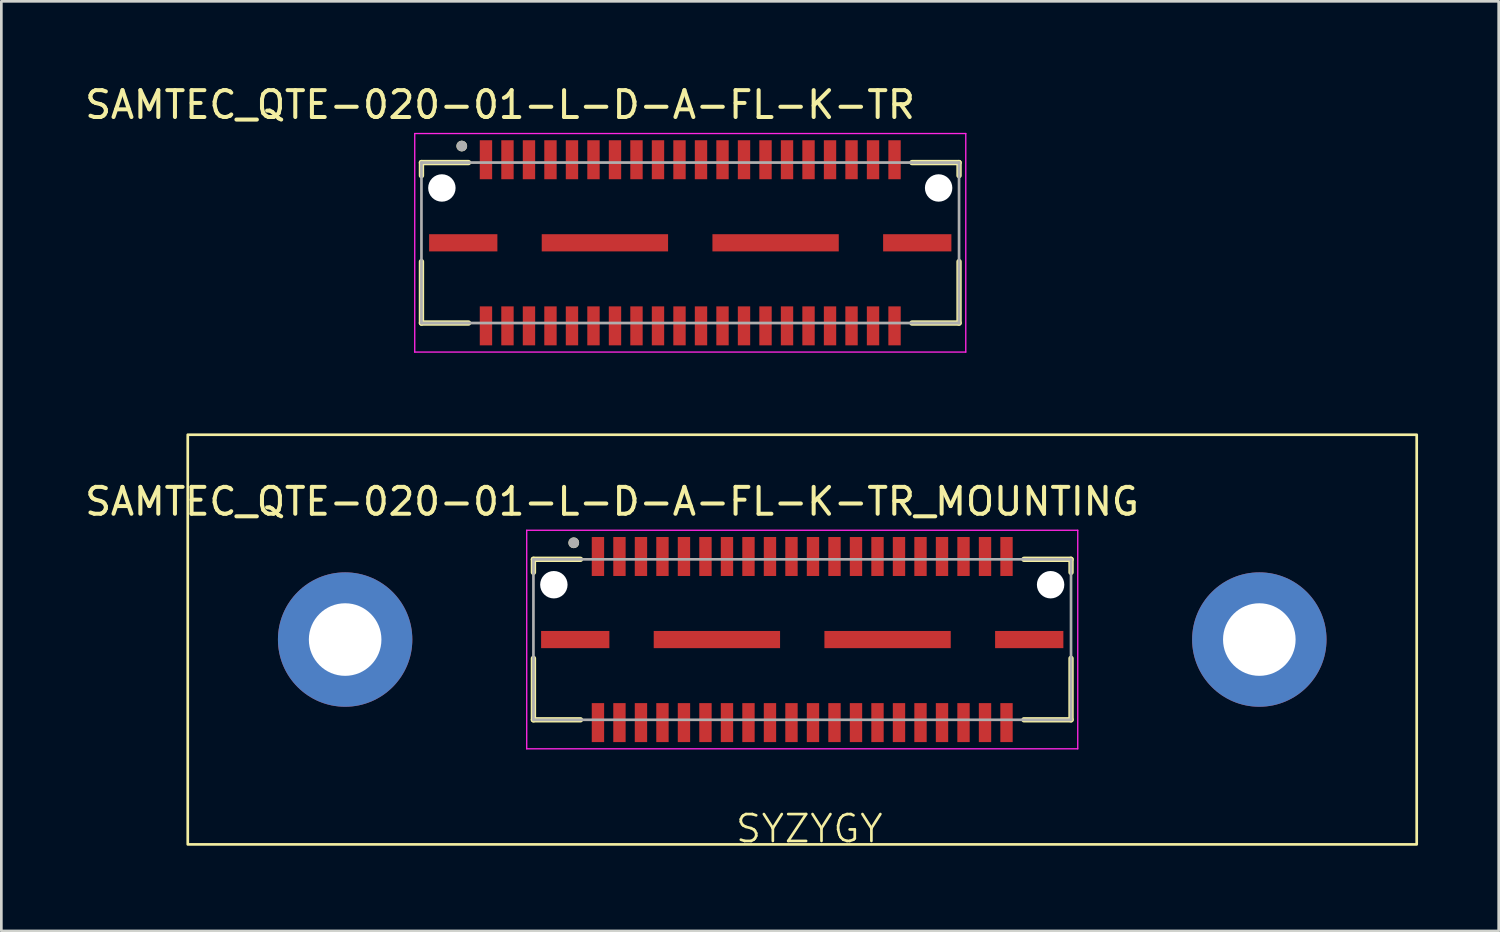
<source format=kicad_pcb>
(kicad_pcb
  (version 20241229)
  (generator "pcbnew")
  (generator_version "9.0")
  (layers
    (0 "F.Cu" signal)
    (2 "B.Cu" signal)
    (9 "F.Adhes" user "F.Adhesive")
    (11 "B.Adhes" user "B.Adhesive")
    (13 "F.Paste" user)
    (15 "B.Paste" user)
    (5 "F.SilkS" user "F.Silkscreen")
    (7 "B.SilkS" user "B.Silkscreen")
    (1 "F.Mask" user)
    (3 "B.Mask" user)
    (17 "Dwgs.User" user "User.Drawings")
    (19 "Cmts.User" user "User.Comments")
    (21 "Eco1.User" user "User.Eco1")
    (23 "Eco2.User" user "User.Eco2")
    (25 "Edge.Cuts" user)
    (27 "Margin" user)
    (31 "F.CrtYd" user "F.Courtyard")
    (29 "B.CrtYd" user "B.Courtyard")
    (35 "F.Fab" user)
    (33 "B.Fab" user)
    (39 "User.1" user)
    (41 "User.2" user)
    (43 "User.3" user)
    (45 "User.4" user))
  (footprint "SAMTEC_QTE-020-01-L-D-A-FL-K-TR_MOUNTING"
    (layer "F.Cu")
    (at 26.795 20.743)
    (property "Reference" "SAMTEC_QTE-020-01-L-D-A-FL-K-TR_MOUNTING" (at -7.075 -5.135 0) (layer "F.SilkS") (effects (font (size 1 1) (thickness 0.15))))
    (attr smd)
    (fp_line (start -10 -2.985) (end -10 -2.5) (stroke (width 0.2) (type solid)) (layer "F.SilkS"))
    (fp_line (start -10 0.7) (end -10 2.985) (stroke (width 0.2) (type solid)) (layer "F.SilkS"))
    (fp_line (start -10 2.985) (end -8.25 2.985) (stroke (width 0.2) (type solid)) (layer "F.SilkS"))
    (fp_line (start -8.25 -2.985) (end -10 -2.985) (stroke (width 0.2) (type solid)) (layer "F.SilkS"))
    (fp_line (start 8.25 -2.985) (end 10 -2.985) (stroke (width 0.2) (type solid)) (layer "F.SilkS"))
    (fp_line (start 8.25 2.985) (end 10 2.985) (stroke (width 0.2) (type solid)) (layer "F.SilkS"))
    (fp_line (start 10 -2.985) (end 10 -2.5) (stroke (width 0.2) (type solid)) (layer "F.SilkS"))
    (fp_line (start 10 2.985) (end 10 0.7) (stroke (width 0.2) (type solid)) (layer "F.SilkS"))
    (fp_rect (start -22.86 -7.62) (end 22.86 7.62) (stroke (width 0.1) (type default)) (fill no) (layer "F.SilkS"))
    (fp_circle (center -8.5 -3.6) (end -8.4 -3.6) (stroke (width 0.2) (type solid)) (fill no) (layer "F.SilkS"))
    (fp_line (start -10.25 -4.065) (end -10.25 4.065) (stroke (width 0.05) (type solid)) (layer "F.CrtYd"))
    (fp_line (start -10.25 4.065) (end 10.25 4.065) (stroke (width 0.05) (type solid)) (layer "F.CrtYd"))
    (fp_line (start 10.25 -4.065) (end -10.25 -4.065) (stroke (width 0.05) (type solid)) (layer "F.CrtYd"))
    (fp_line (start 10.25 4.065) (end 10.25 -4.065) (stroke (width 0.05) (type solid)) (layer "F.CrtYd"))
    (fp_line (start -10 -2.985) (end 10 -2.985) (stroke (width 0.1) (type solid)) (layer "F.Fab"))
    (fp_line (start -10 2.985) (end -10 -2.985) (stroke (width 0.1) (type solid)) (layer "F.Fab"))
    (fp_line (start 10 -2.985) (end 10 2.985) (stroke (width 0.1) (type solid)) (layer "F.Fab"))
    (fp_line (start 10 2.985) (end -10 2.985) (stroke (width 0.1) (type solid)) (layer "F.Fab"))
    (fp_circle (center -8.5 -3.6) (end -8.4 -3.6) (stroke (width 0.2) (type solid)) (fill no) (layer "F.Fab"))
    (fp_text user "SYZYGY" (at -2.54 7.62 0) (unlocked yes) (layer "F.SilkS") (effects (font (size 1 1) (thickness 0.1)) (justify left bottom)))
    (pad "" np_thru_hole circle (at -17.005 0) (size 5 5) (drill 2.7) (layers "*.Cu" "*.Mask"))
    (pad "" np_thru_hole circle (at -9.24 -2.04) (size 1.02 1.02) (drill 1.02) (layers "*.Cu" "*.Mask"))
    (pad "" np_thru_hole circle (at 9.24 -2.04) (size 1.02 1.02) (drill 1.02) (layers "*.Cu" "*.Mask"))
    (pad "" np_thru_hole circle (at 17.005 0) (size 5 5) (drill 2.7) (layers "*.Cu" "*.Mask"))
    (pad "01" smd rect (at -7.6 -3.09) (size 0.46 1.45) (layers "F.Cu" "F.Mask" "F.Paste"))
    (pad "02" smd rect (at -7.6 3.09) (size 0.46 1.45) (layers "F.Cu" "F.Mask" "F.Paste"))
    (pad "03" smd rect (at -6.8 -3.09) (size 0.46 1.45) (layers "F.Cu" "F.Mask" "F.Paste"))
    (pad "04" smd rect (at -6.8 3.09) (size 0.46 1.45) (layers "F.Cu" "F.Mask" "F.Paste"))
    (pad "05" smd rect (at -6 -3.09) (size 0.46 1.45) (layers "F.Cu" "F.Mask" "F.Paste"))
    (pad "06" smd rect (at -6 3.09) (size 0.46 1.45) (layers "F.Cu" "F.Mask" "F.Paste"))
    (pad "07" smd rect (at -5.2 -3.09) (size 0.46 1.45) (layers "F.Cu" "F.Mask" "F.Paste"))
    (pad "08" smd rect (at -5.2 3.09) (size 0.46 1.45) (layers "F.Cu" "F.Mask" "F.Paste"))
    (pad "09" smd rect (at -4.4 -3.09) (size 0.46 1.45) (layers "F.Cu" "F.Mask" "F.Paste"))
    (pad "10" smd rect (at -4.4 3.09) (size 0.46 1.45) (layers "F.Cu" "F.Mask" "F.Paste"))
    (pad "11" smd rect (at -3.6 -3.09) (size 0.46 1.45) (layers "F.Cu" "F.Mask" "F.Paste"))
    (pad "12" smd rect (at -3.6 3.09) (size 0.46 1.45) (layers "F.Cu" "F.Mask" "F.Paste"))
    (pad "13" smd rect (at -2.8 -3.09) (size 0.46 1.45) (layers "F.Cu" "F.Mask" "F.Paste"))
    (pad "14" smd rect (at -2.8 3.09) (size 0.46 1.45) (layers "F.Cu" "F.Mask" "F.Paste"))
    (pad "15" smd rect (at -2 -3.09) (size 0.46 1.45) (layers "F.Cu" "F.Mask" "F.Paste"))
    (pad "16" smd rect (at -2 3.09) (size 0.46 1.45) (layers "F.Cu" "F.Mask" "F.Paste"))
    (pad "17" smd rect (at -1.2 -3.09) (size 0.46 1.45) (layers "F.Cu" "F.Mask" "F.Paste"))
    (pad "18" smd rect (at -1.2 3.09) (size 0.46 1.45) (layers "F.Cu" "F.Mask" "F.Paste"))
    (pad "19" smd rect (at -0.4 -3.09) (size 0.46 1.45) (layers "F.Cu" "F.Mask" "F.Paste"))
    (pad "20" smd rect (at -0.4 3.09) (size 0.46 1.45) (layers "F.Cu" "F.Mask" "F.Paste"))
    (pad "21" smd rect (at 0.4 -3.09) (size 0.46 1.45) (layers "F.Cu" "F.Mask" "F.Paste"))
    (pad "22" smd rect (at 0.4 3.09) (size 0.46 1.45) (layers "F.Cu" "F.Mask" "F.Paste"))
    (pad "23" smd rect (at 1.2 -3.09) (size 0.46 1.45) (layers "F.Cu" "F.Mask" "F.Paste"))
    (pad "24" smd rect (at 1.2 3.09) (size 0.46 1.45) (layers "F.Cu" "F.Mask" "F.Paste"))
    (pad "25" smd rect (at 2 -3.09) (size 0.46 1.45) (layers "F.Cu" "F.Mask" "F.Paste"))
    (pad "26" smd rect (at 2 3.09) (size 0.46 1.45) (layers "F.Cu" "F.Mask" "F.Paste"))
    (pad "27" smd rect (at 2.8 -3.09) (size 0.46 1.45) (layers "F.Cu" "F.Mask" "F.Paste"))
    (pad "28" smd rect (at 2.8 3.09) (size 0.46 1.45) (layers "F.Cu" "F.Mask" "F.Paste"))
    (pad "29" smd rect (at 3.6 -3.09) (size 0.46 1.45) (layers "F.Cu" "F.Mask" "F.Paste"))
    (pad "30" smd rect (at 3.6 3.09) (size 0.46 1.45) (layers "F.Cu" "F.Mask" "F.Paste"))
    (pad "31" smd rect (at 4.4 -3.09) (size 0.46 1.45) (layers "F.Cu" "F.Mask" "F.Paste"))
    (pad "32" smd rect (at 4.4 3.09) (size 0.46 1.45) (layers "F.Cu" "F.Mask" "F.Paste"))
    (pad "33" smd rect (at 5.2 -3.09) (size 0.46 1.45) (layers "F.Cu" "F.Mask" "F.Paste"))
    (pad "34" smd rect (at 5.2 3.09) (size 0.46 1.45) (layers "F.Cu" "F.Mask" "F.Paste"))
    (pad "35" smd rect (at 6 -3.09) (size 0.46 1.45) (layers "F.Cu" "F.Mask" "F.Paste"))
    (pad "36" smd rect (at 6 3.09) (size 0.46 1.45) (layers "F.Cu" "F.Mask" "F.Paste"))
    (pad "37" smd rect (at 6.8 -3.09) (size 0.46 1.45) (layers "F.Cu" "F.Mask" "F.Paste"))
    (pad "38" smd rect (at 6.8 3.09) (size 0.46 1.45) (layers "F.Cu" "F.Mask" "F.Paste"))
    (pad "39" smd rect (at 7.6 -3.09) (size 0.46 1.45) (layers "F.Cu" "F.Mask" "F.Paste"))
    (pad "40" smd rect (at 7.6 3.09) (size 0.46 1.45) (layers "F.Cu" "F.Mask" "F.Paste"))
    (pad "G1" smd rect (at -8.445 0) (size 2.54 0.64) (layers "F.Cu" "F.Mask" "F.Paste"))
    (pad "G2" smd rect (at -3.175 0) (size 4.7 0.64) (layers "F.Cu" "F.Mask" "F.Paste"))
    (pad "G3" smd rect (at 3.175 0) (size 4.7 0.64) (layers "F.Cu" "F.Mask" "F.Paste"))
    (pad "G4" smd rect (at 8.445 0) (size 2.54 0.64) (layers "F.Cu" "F.Mask" "F.Paste")))
  (footprint "SAMTEC_QTE-020-01-L-D-A-FL-K-TR"
    (layer "F.Cu")
    (at 22.629 5.983)
    (property "Reference" "SAMTEC_QTE-020-01-L-D-A-FL-K-TR" (at -7.075 -5.135 0) (layer "F.SilkS") (effects (font (size 1 1) (thickness 0.15))))
    (attr smd)
    (fp_line (start -10 -2.985) (end -10 -2.5) (stroke (width 0.2) (type solid)) (layer "F.SilkS"))
    (fp_line (start -10 0.7) (end -10 2.985) (stroke (width 0.2) (type solid)) (layer "F.SilkS"))
    (fp_line (start -10 2.985) (end -8.25 2.985) (stroke (width 0.2) (type solid)) (layer "F.SilkS"))
    (fp_line (start -8.25 -2.985) (end -10 -2.985) (stroke (width 0.2) (type solid)) (layer "F.SilkS"))
    (fp_line (start 8.25 -2.985) (end 10 -2.985) (stroke (width 0.2) (type solid)) (layer "F.SilkS"))
    (fp_line (start 8.25 2.985) (end 10 2.985) (stroke (width 0.2) (type solid)) (layer "F.SilkS"))
    (fp_line (start 10 -2.985) (end 10 -2.5) (stroke (width 0.2) (type solid)) (layer "F.SilkS"))
    (fp_line (start 10 2.985) (end 10 0.7) (stroke (width 0.2) (type solid)) (layer "F.SilkS"))
    (fp_circle (center -8.5 -3.6) (end -8.4 -3.6) (stroke (width 0.2) (type solid)) (fill no) (layer "F.SilkS"))
    (fp_line (start -10.25 -4.065) (end -10.25 4.065) (stroke (width 0.05) (type solid)) (layer "F.CrtYd"))
    (fp_line (start -10.25 4.065) (end 10.25 4.065) (stroke (width 0.05) (type solid)) (layer "F.CrtYd"))
    (fp_line (start 10.25 -4.065) (end -10.25 -4.065) (stroke (width 0.05) (type solid)) (layer "F.CrtYd"))
    (fp_line (start 10.25 4.065) (end 10.25 -4.065) (stroke (width 0.05) (type solid)) (layer "F.CrtYd"))
    (fp_line (start -10 -2.985) (end 10 -2.985) (stroke (width 0.1) (type solid)) (layer "F.Fab"))
    (fp_line (start -10 2.985) (end -10 -2.985) (stroke (width 0.1) (type solid)) (layer "F.Fab"))
    (fp_line (start 10 -2.985) (end 10 2.985) (stroke (width 0.1) (type solid)) (layer "F.Fab"))
    (fp_line (start 10 2.985) (end -10 2.985) (stroke (width 0.1) (type solid)) (layer "F.Fab"))
    (fp_circle (center -8.5 -3.6) (end -8.4 -3.6) (stroke (width 0.2) (type solid)) (fill no) (layer "F.Fab"))
    (pad "" np_thru_hole circle (at -9.24 -2.04) (size 1.02 1.02) (drill 1.02) (layers "*.Cu" "*.Mask"))
    (pad "" np_thru_hole circle (at 9.24 -2.04) (size 1.02 1.02) (drill 1.02) (layers "*.Cu" "*.Mask"))
    (pad "01" smd rect (at -7.6 -3.09) (size 0.46 1.45) (layers "F.Cu" "F.Mask" "F.Paste"))
    (pad "02" smd rect (at -7.6 3.09) (size 0.46 1.45) (layers "F.Cu" "F.Mask" "F.Paste"))
    (pad "03" smd rect (at -6.8 -3.09) (size 0.46 1.45) (layers "F.Cu" "F.Mask" "F.Paste"))
    (pad "04" smd rect (at -6.8 3.09) (size 0.46 1.45) (layers "F.Cu" "F.Mask" "F.Paste"))
    (pad "05" smd rect (at -6 -3.09) (size 0.46 1.45) (layers "F.Cu" "F.Mask" "F.Paste"))
    (pad "06" smd rect (at -6 3.09) (size 0.46 1.45) (layers "F.Cu" "F.Mask" "F.Paste"))
    (pad "07" smd rect (at -5.2 -3.09) (size 0.46 1.45) (layers "F.Cu" "F.Mask" "F.Paste"))
    (pad "08" smd rect (at -5.2 3.09) (size 0.46 1.45) (layers "F.Cu" "F.Mask" "F.Paste"))
    (pad "09" smd rect (at -4.4 -3.09) (size 0.46 1.45) (layers "F.Cu" "F.Mask" "F.Paste"))
    (pad "10" smd rect (at -4.4 3.09) (size 0.46 1.45) (layers "F.Cu" "F.Mask" "F.Paste"))
    (pad "11" smd rect (at -3.6 -3.09) (size 0.46 1.45) (layers "F.Cu" "F.Mask" "F.Paste"))
    (pad "12" smd rect (at -3.6 3.09) (size 0.46 1.45) (layers "F.Cu" "F.Mask" "F.Paste"))
    (pad "13" smd rect (at -2.8 -3.09) (size 0.46 1.45) (layers "F.Cu" "F.Mask" "F.Paste"))
    (pad "14" smd rect (at -2.8 3.09) (size 0.46 1.45) (layers "F.Cu" "F.Mask" "F.Paste"))
    (pad "15" smd rect (at -2 -3.09) (size 0.46 1.45) (layers "F.Cu" "F.Mask" "F.Paste"))
    (pad "16" smd rect (at -2 3.09) (size 0.46 1.45) (layers "F.Cu" "F.Mask" "F.Paste"))
    (pad "17" smd rect (at -1.2 -3.09) (size 0.46 1.45) (layers "F.Cu" "F.Mask" "F.Paste"))
    (pad "18" smd rect (at -1.2 3.09) (size 0.46 1.45) (layers "F.Cu" "F.Mask" "F.Paste"))
    (pad "19" smd rect (at -0.4 -3.09) (size 0.46 1.45) (layers "F.Cu" "F.Mask" "F.Paste"))
    (pad "20" smd rect (at -0.4 3.09) (size 0.46 1.45) (layers "F.Cu" "F.Mask" "F.Paste"))
    (pad "21" smd rect (at 0.4 -3.09) (size 0.46 1.45) (layers "F.Cu" "F.Mask" "F.Paste"))
    (pad "22" smd rect (at 0.4 3.09) (size 0.46 1.45) (layers "F.Cu" "F.Mask" "F.Paste"))
    (pad "23" smd rect (at 1.2 -3.09) (size 0.46 1.45) (layers "F.Cu" "F.Mask" "F.Paste"))
    (pad "24" smd rect (at 1.2 3.09) (size 0.46 1.45) (layers "F.Cu" "F.Mask" "F.Paste"))
    (pad "25" smd rect (at 2 -3.09) (size 0.46 1.45) (layers "F.Cu" "F.Mask" "F.Paste"))
    (pad "26" smd rect (at 2 3.09) (size 0.46 1.45) (layers "F.Cu" "F.Mask" "F.Paste"))
    (pad "27" smd rect (at 2.8 -3.09) (size 0.46 1.45) (layers "F.Cu" "F.Mask" "F.Paste"))
    (pad "28" smd rect (at 2.8 3.09) (size 0.46 1.45) (layers "F.Cu" "F.Mask" "F.Paste"))
    (pad "29" smd rect (at 3.6 -3.09) (size 0.46 1.45) (layers "F.Cu" "F.Mask" "F.Paste"))
    (pad "30" smd rect (at 3.6 3.09) (size 0.46 1.45) (layers "F.Cu" "F.Mask" "F.Paste"))
    (pad "31" smd rect (at 4.4 -3.09) (size 0.46 1.45) (layers "F.Cu" "F.Mask" "F.Paste"))
    (pad "32" smd rect (at 4.4 3.09) (size 0.46 1.45) (layers "F.Cu" "F.Mask" "F.Paste"))
    (pad "33" smd rect (at 5.2 -3.09) (size 0.46 1.45) (layers "F.Cu" "F.Mask" "F.Paste"))
    (pad "34" smd rect (at 5.2 3.09) (size 0.46 1.45) (layers "F.Cu" "F.Mask" "F.Paste"))
    (pad "35" smd rect (at 6 -3.09) (size 0.46 1.45) (layers "F.Cu" "F.Mask" "F.Paste"))
    (pad "36" smd rect (at 6 3.09) (size 0.46 1.45) (layers "F.Cu" "F.Mask" "F.Paste"))
    (pad "37" smd rect (at 6.8 -3.09) (size 0.46 1.45) (layers "F.Cu" "F.Mask" "F.Paste"))
    (pad "38" smd rect (at 6.8 3.09) (size 0.46 1.45) (layers "F.Cu" "F.Mask" "F.Paste"))
    (pad "39" smd rect (at 7.6 -3.09) (size 0.46 1.45) (layers "F.Cu" "F.Mask" "F.Paste"))
    (pad "40" smd rect (at 7.6 3.09) (size 0.46 1.45) (layers "F.Cu" "F.Mask" "F.Paste"))
    (pad "G1" smd rect (at -8.445 0) (size 2.54 0.64) (layers "F.Cu" "F.Mask" "F.Paste"))
    (pad "G2" smd rect (at -3.175 0) (size 4.7 0.64) (layers "F.Cu" "F.Mask" "F.Paste"))
    (pad "G3" smd rect (at 3.175 0) (size 4.7 0.64) (layers "F.Cu" "F.Mask" "F.Paste"))
    (pad "G4" smd rect (at 8.445 0) (size 2.54 0.64) (layers "F.Cu" "F.Mask" "F.Paste")))
  (gr_rect
    (start -3 -3)
    (end 52.705 31.584)
    (stroke (width 0.1) (type default))
    (fill no)
    (layer "Edge.Cuts")))
</source>
